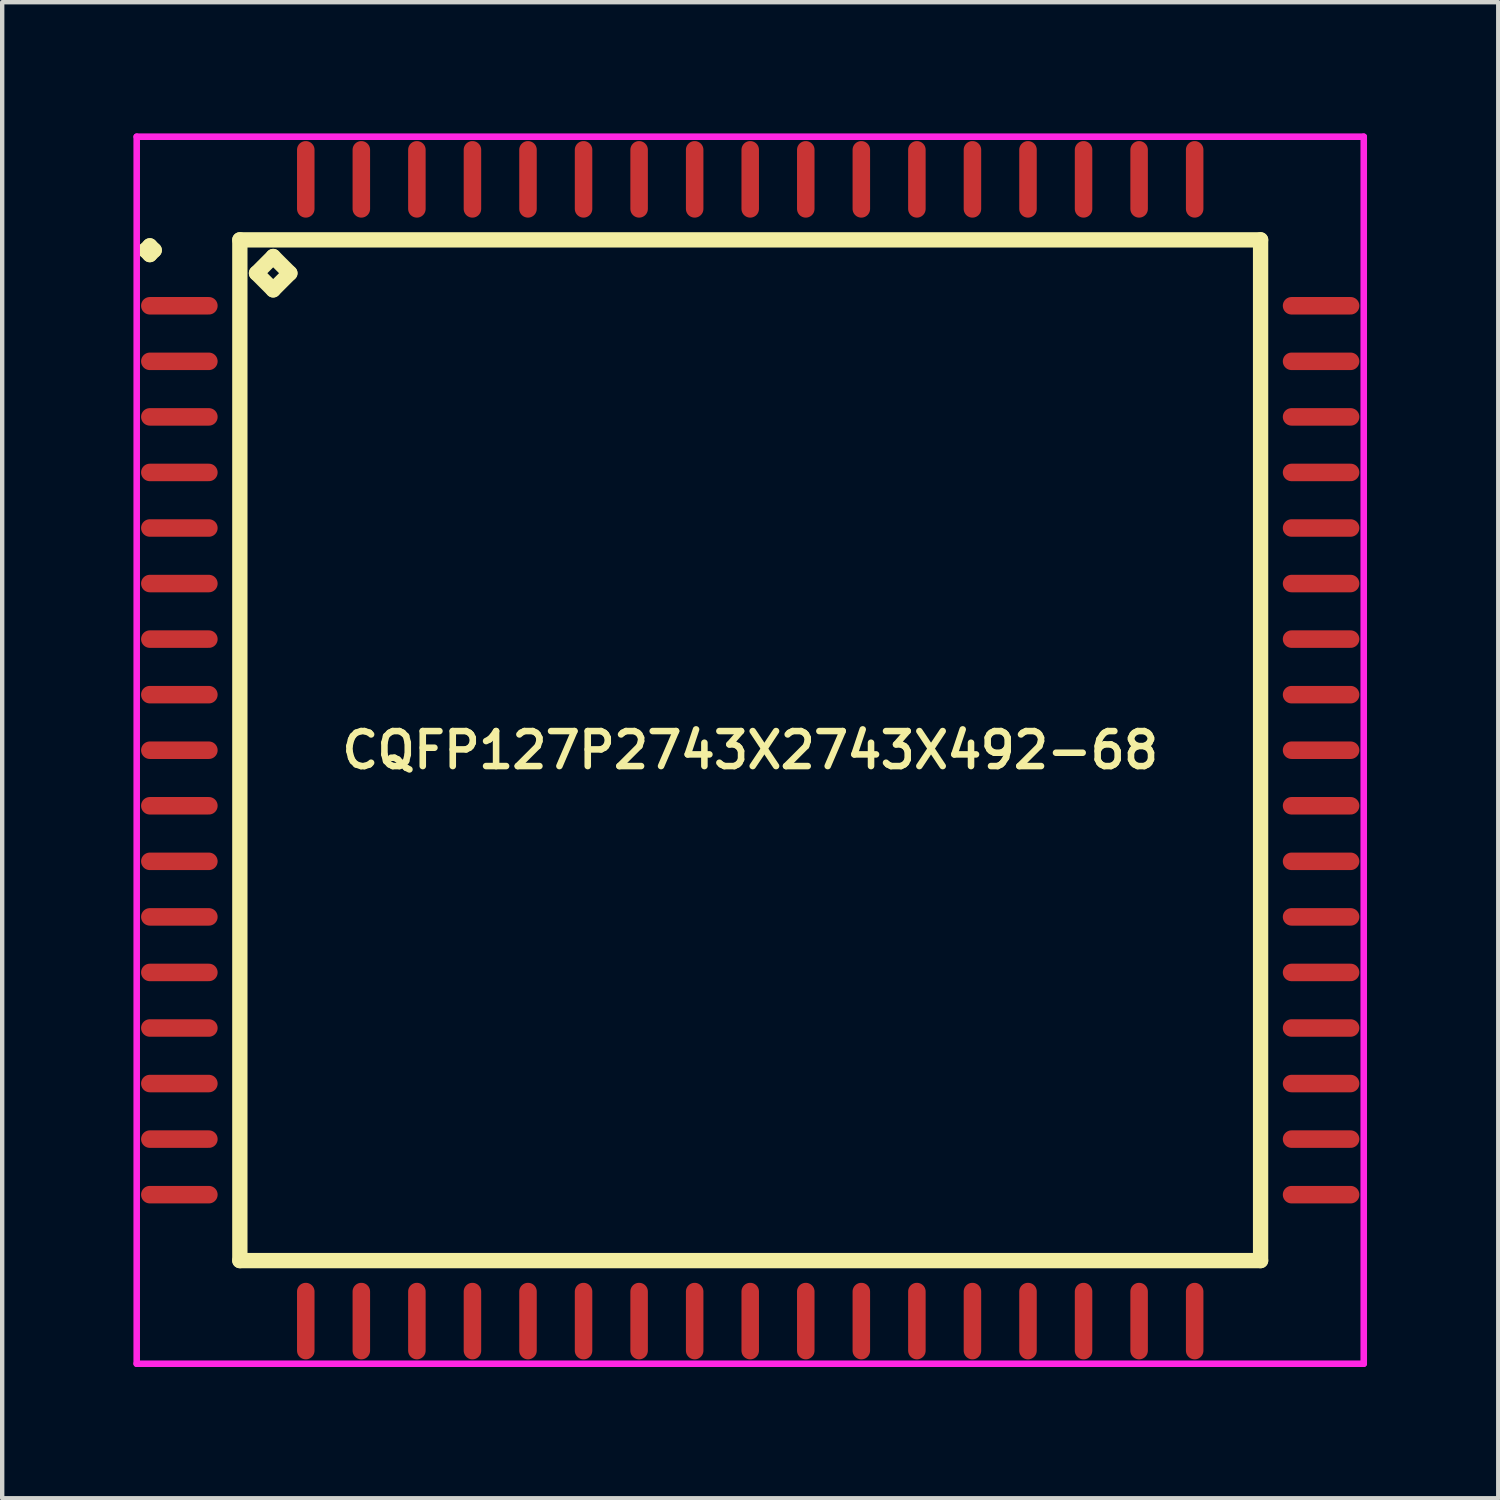
<source format=kicad_pcb>
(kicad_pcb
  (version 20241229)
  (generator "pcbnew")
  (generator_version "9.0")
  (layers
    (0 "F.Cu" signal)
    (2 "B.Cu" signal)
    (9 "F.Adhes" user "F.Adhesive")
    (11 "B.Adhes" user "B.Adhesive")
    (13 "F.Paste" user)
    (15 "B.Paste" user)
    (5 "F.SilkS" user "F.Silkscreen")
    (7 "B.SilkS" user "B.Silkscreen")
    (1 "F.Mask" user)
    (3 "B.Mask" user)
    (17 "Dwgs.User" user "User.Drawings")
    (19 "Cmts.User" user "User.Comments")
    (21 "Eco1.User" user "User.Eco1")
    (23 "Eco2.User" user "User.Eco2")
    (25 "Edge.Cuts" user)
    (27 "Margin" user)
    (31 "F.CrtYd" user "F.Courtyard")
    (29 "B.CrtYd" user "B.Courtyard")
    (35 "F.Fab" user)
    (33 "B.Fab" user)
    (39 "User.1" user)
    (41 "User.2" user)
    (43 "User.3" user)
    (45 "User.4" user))
  (footprint "CQFP127P2743X2743X492-68"
    (layer "F.Cu")
    (at 14.1 14.1)
    (property "Reference" "CQFP127P2743X2743X492-68" (at 0 0 0) (layer "F.SilkS") (effects (font (size 0.8 0.8) (thickness 0.15))))
    (attr smd)
    (fp_line (start -13.825 -11.43) (end -13.725 -11.53) (stroke (width 0.35) (type solid)) (layer "F.SilkS"))
    (fp_line (start -13.725 -11.53) (end -13.625 -11.43) (stroke (width 0.35) (type solid)) (layer "F.SilkS"))
    (fp_line (start -13.725 -11.33) (end -13.825 -11.43) (stroke (width 0.35) (type solid)) (layer "F.SilkS"))
    (fp_line (start -13.625 -11.43) (end -13.725 -11.33) (stroke (width 0.35) (type solid)) (layer "F.SilkS"))
    (fp_line (start -11.667 -11.667) (end -11.667 11.667) (stroke (width 0.35) (type solid)) (layer "F.SilkS"))
    (fp_line (start -11.667 11.667) (end 11.667 11.667) (stroke (width 0.35) (type solid)) (layer "F.SilkS"))
    (fp_line (start -11.286 -10.905) (end -10.905 -11.286) (stroke (width 0.35) (type solid)) (layer "F.SilkS"))
    (fp_line (start -10.905 -11.286) (end -10.524 -10.905) (stroke (width 0.35) (type solid)) (layer "F.SilkS"))
    (fp_line (start -10.905 -10.524) (end -11.286 -10.905) (stroke (width 0.35) (type solid)) (layer "F.SilkS"))
    (fp_line (start -10.524 -10.905) (end -10.905 -10.524) (stroke (width 0.35) (type solid)) (layer "F.SilkS"))
    (fp_line (start 11.667 -11.667) (end -11.667 -11.667) (stroke (width 0.35) (type solid)) (layer "F.SilkS"))
    (fp_line (start 11.667 11.667) (end 11.667 -11.667) (stroke (width 0.35) (type solid)) (layer "F.SilkS"))
    (fp_line (start -14.025 -14.025) (end 14.025 -14.025) (stroke (width 0.15) (type solid)) (layer "F.CrtYd"))
    (fp_line (start -14.025 14.025) (end -14.025 -14.025) (stroke (width 0.15) (type solid)) (layer "F.CrtYd"))
    (fp_line (start 14.025 -14.025) (end 14.025 14.025) (stroke (width 0.15) (type solid)) (layer "F.CrtYd"))
    (fp_line (start 14.025 14.025) (end -14.025 14.025) (stroke (width 0.15) (type solid)) (layer "F.CrtYd"))
    (pad "1" smd oval (at -13.05 -10.16) (size 1.75 0.4) (layers "F.Cu" "F.Mask" "F.Paste"))
    (pad "2" smd oval (at -13.05 -8.89) (size 1.75 0.4) (layers "F.Cu" "F.Mask" "F.Paste"))
    (pad "3" smd oval (at -13.05 -7.62) (size 1.75 0.4) (layers "F.Cu" "F.Mask" "F.Paste"))
    (pad "4" smd oval (at -13.05 -6.35) (size 1.75 0.4) (layers "F.Cu" "F.Mask" "F.Paste"))
    (pad "5" smd oval (at -13.05 -5.08) (size 1.75 0.4) (layers "F.Cu" "F.Mask" "F.Paste"))
    (pad "6" smd oval (at -13.05 -3.81) (size 1.75 0.4) (layers "F.Cu" "F.Mask" "F.Paste"))
    (pad "7" smd oval (at -13.05 -2.54) (size 1.75 0.4) (layers "F.Cu" "F.Mask" "F.Paste"))
    (pad "8" smd oval (at -13.05 -1.27) (size 1.75 0.4) (layers "F.Cu" "F.Mask" "F.Paste"))
    (pad "9" smd oval (at -13.05 0) (size 1.75 0.4) (layers "F.Cu" "F.Mask" "F.Paste"))
    (pad "10" smd oval (at -13.05 1.27) (size 1.75 0.4) (layers "F.Cu" "F.Mask" "F.Paste"))
    (pad "11" smd oval (at -13.05 2.54) (size 1.75 0.4) (layers "F.Cu" "F.Mask" "F.Paste"))
    (pad "12" smd oval (at -13.05 3.81) (size 1.75 0.4) (layers "F.Cu" "F.Mask" "F.Paste"))
    (pad "13" smd oval (at -13.05 5.08) (size 1.75 0.4) (layers "F.Cu" "F.Mask" "F.Paste"))
    (pad "14" smd oval (at -13.05 6.35) (size 1.75 0.4) (layers "F.Cu" "F.Mask" "F.Paste"))
    (pad "15" smd oval (at -13.05 7.62) (size 1.75 0.4) (layers "F.Cu" "F.Mask" "F.Paste"))
    (pad "16" smd oval (at -13.05 8.89) (size 1.75 0.4) (layers "F.Cu" "F.Mask" "F.Paste"))
    (pad "17" smd oval (at -13.05 10.16) (size 1.75 0.4) (layers "F.Cu" "F.Mask" "F.Paste"))
    (pad "18" smd oval (at -10.16 13.05) (size 0.4 1.75) (layers "F.Cu" "F.Mask" "F.Paste"))
    (pad "19" smd oval (at -8.89 13.05) (size 0.4 1.75) (layers "F.Cu" "F.Mask" "F.Paste"))
    (pad "20" smd oval (at -7.62 13.05) (size 0.4 1.75) (layers "F.Cu" "F.Mask" "F.Paste"))
    (pad "21" smd oval (at -6.35 13.05) (size 0.4 1.75) (layers "F.Cu" "F.Mask" "F.Paste"))
    (pad "22" smd oval (at -5.08 13.05) (size 0.4 1.75) (layers "F.Cu" "F.Mask" "F.Paste"))
    (pad "23" smd oval (at -3.81 13.05) (size 0.4 1.75) (layers "F.Cu" "F.Mask" "F.Paste"))
    (pad "24" smd oval (at -2.54 13.05) (size 0.4 1.75) (layers "F.Cu" "F.Mask" "F.Paste"))
    (pad "25" smd oval (at -1.27 13.05) (size 0.4 1.75) (layers "F.Cu" "F.Mask" "F.Paste"))
    (pad "26" smd oval (at 0 13.05) (size 0.4 1.75) (layers "F.Cu" "F.Mask" "F.Paste"))
    (pad "27" smd oval (at 1.27 13.05) (size 0.4 1.75) (layers "F.Cu" "F.Mask" "F.Paste"))
    (pad "28" smd oval (at 2.54 13.05) (size 0.4 1.75) (layers "F.Cu" "F.Mask" "F.Paste"))
    (pad "29" smd oval (at 3.81 13.05) (size 0.4 1.75) (layers "F.Cu" "F.Mask" "F.Paste"))
    (pad "30" smd oval (at 5.08 13.05) (size 0.4 1.75) (layers "F.Cu" "F.Mask" "F.Paste"))
    (pad "31" smd oval (at 6.35 13.05) (size 0.4 1.75) (layers "F.Cu" "F.Mask" "F.Paste"))
    (pad "32" smd oval (at 7.62 13.05) (size 0.4 1.75) (layers "F.Cu" "F.Mask" "F.Paste"))
    (pad "33" smd oval (at 8.89 13.05) (size 0.4 1.75) (layers "F.Cu" "F.Mask" "F.Paste"))
    (pad "34" smd oval (at 10.16 13.05) (size 0.4 1.75) (layers "F.Cu" "F.Mask" "F.Paste"))
    (pad "35" smd oval (at 13.05 10.16) (size 1.75 0.4) (layers "F.Cu" "F.Mask" "F.Paste"))
    (pad "36" smd oval (at 13.05 8.89) (size 1.75 0.4) (layers "F.Cu" "F.Mask" "F.Paste"))
    (pad "37" smd oval (at 13.05 7.62) (size 1.75 0.4) (layers "F.Cu" "F.Mask" "F.Paste"))
    (pad "38" smd oval (at 13.05 6.35) (size 1.75 0.4) (layers "F.Cu" "F.Mask" "F.Paste"))
    (pad "39" smd oval (at 13.05 5.08) (size 1.75 0.4) (layers "F.Cu" "F.Mask" "F.Paste"))
    (pad "40" smd oval (at 13.05 3.81) (size 1.75 0.4) (layers "F.Cu" "F.Mask" "F.Paste"))
    (pad "41" smd oval (at 13.05 2.54) (size 1.75 0.4) (layers "F.Cu" "F.Mask" "F.Paste"))
    (pad "42" smd oval (at 13.05 1.27) (size 1.75 0.4) (layers "F.Cu" "F.Mask" "F.Paste"))
    (pad "43" smd oval (at 13.05 0) (size 1.75 0.4) (layers "F.Cu" "F.Mask" "F.Paste"))
    (pad "44" smd oval (at 13.05 -1.27) (size 1.75 0.4) (layers "F.Cu" "F.Mask" "F.Paste"))
    (pad "45" smd oval (at 13.05 -2.54) (size 1.75 0.4) (layers "F.Cu" "F.Mask" "F.Paste"))
    (pad "46" smd oval (at 13.05 -3.81) (size 1.75 0.4) (layers "F.Cu" "F.Mask" "F.Paste"))
    (pad "47" smd oval (at 13.05 -5.08) (size 1.75 0.4) (layers "F.Cu" "F.Mask" "F.Paste"))
    (pad "48" smd oval (at 13.05 -6.35) (size 1.75 0.4) (layers "F.Cu" "F.Mask" "F.Paste"))
    (pad "49" smd oval (at 13.05 -7.62) (size 1.75 0.4) (layers "F.Cu" "F.Mask" "F.Paste"))
    (pad "50" smd oval (at 13.05 -8.89) (size 1.75 0.4) (layers "F.Cu" "F.Mask" "F.Paste"))
    (pad "51" smd oval (at 13.05 -10.16) (size 1.75 0.4) (layers "F.Cu" "F.Mask" "F.Paste"))
    (pad "52" smd oval (at 10.16 -13.05) (size 0.4 1.75) (layers "F.Cu" "F.Mask" "F.Paste"))
    (pad "53" smd oval (at 8.89 -13.05) (size 0.4 1.75) (layers "F.Cu" "F.Mask" "F.Paste"))
    (pad "54" smd oval (at 7.62 -13.05) (size 0.4 1.75) (layers "F.Cu" "F.Mask" "F.Paste"))
    (pad "55" smd oval (at 6.35 -13.05) (size 0.4 1.75) (layers "F.Cu" "F.Mask" "F.Paste"))
    (pad "56" smd oval (at 5.08 -13.05) (size 0.4 1.75) (layers "F.Cu" "F.Mask" "F.Paste"))
    (pad "57" smd oval (at 3.81 -13.05) (size 0.4 1.75) (layers "F.Cu" "F.Mask" "F.Paste"))
    (pad "58" smd oval (at 2.54 -13.05) (size 0.4 1.75) (layers "F.Cu" "F.Mask" "F.Paste"))
    (pad "59" smd oval (at 1.27 -13.05) (size 0.4 1.75) (layers "F.Cu" "F.Mask" "F.Paste"))
    (pad "60" smd oval (at 0 -13.05) (size 0.4 1.75) (layers "F.Cu" "F.Mask" "F.Paste"))
    (pad "61" smd oval (at -1.27 -13.05) (size 0.4 1.75) (layers "F.Cu" "F.Mask" "F.Paste"))
    (pad "62" smd oval (at -2.54 -13.05) (size 0.4 1.75) (layers "F.Cu" "F.Mask" "F.Paste"))
    (pad "63" smd oval (at -3.81 -13.05) (size 0.4 1.75) (layers "F.Cu" "F.Mask" "F.Paste"))
    (pad "64" smd oval (at -5.08 -13.05) (size 0.4 1.75) (layers "F.Cu" "F.Mask" "F.Paste"))
    (pad "65" smd oval (at -6.35 -13.05) (size 0.4 1.75) (layers "F.Cu" "F.Mask" "F.Paste"))
    (pad "66" smd oval (at -7.62 -13.05) (size 0.4 1.75) (layers "F.Cu" "F.Mask" "F.Paste"))
    (pad "67" smd oval (at -8.89 -13.05) (size 0.4 1.75) (layers "F.Cu" "F.Mask" "F.Paste"))
    (pad "68" smd oval (at -10.16 -13.05) (size 0.4 1.75) (layers "F.Cu" "F.Mask" "F.Paste")))
  (gr_rect
    (start -3 -3)
    (end 31.2 31.2)
    (stroke (width 0.1) (type default))
    (fill no)
    (layer "Edge.Cuts")))
</source>
